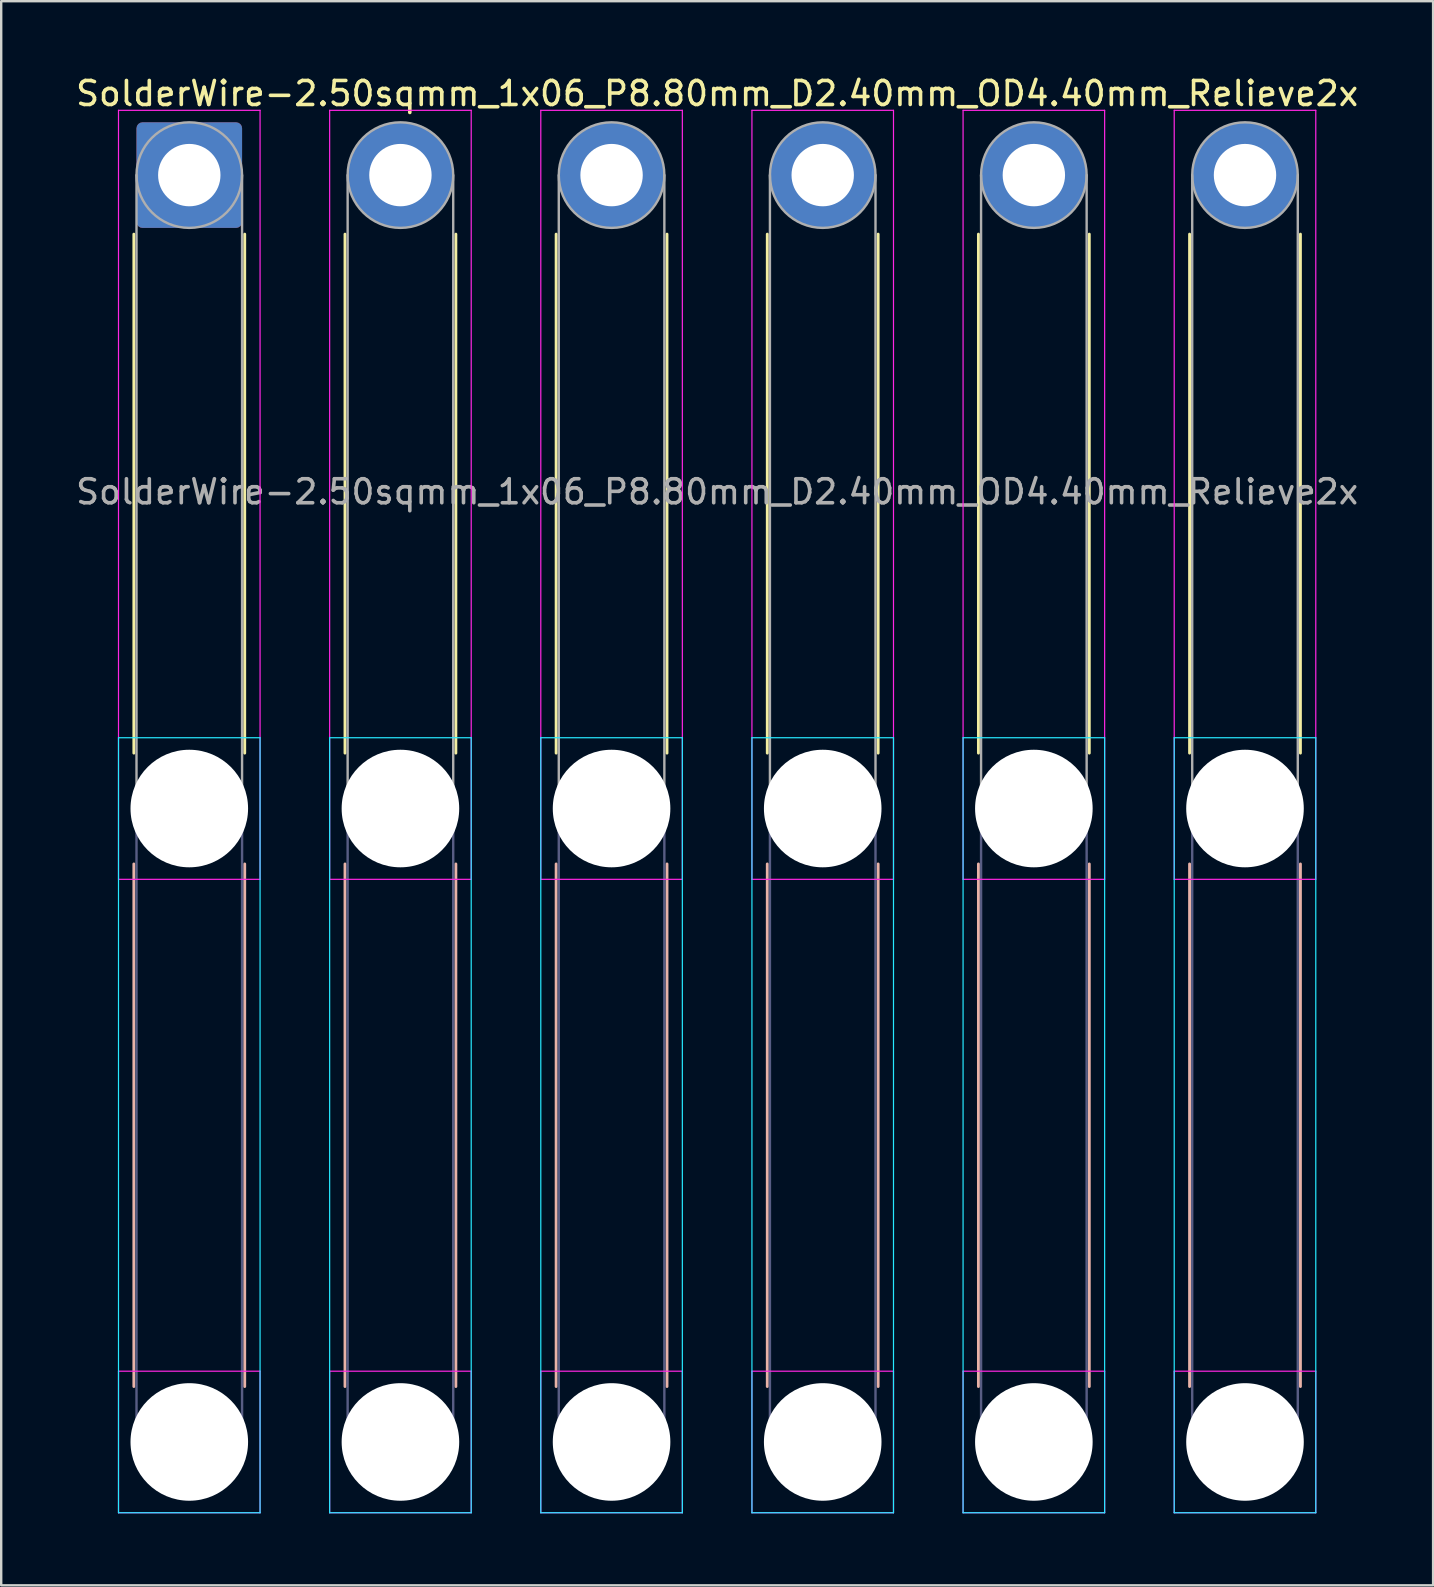
<source format=kicad_pcb>
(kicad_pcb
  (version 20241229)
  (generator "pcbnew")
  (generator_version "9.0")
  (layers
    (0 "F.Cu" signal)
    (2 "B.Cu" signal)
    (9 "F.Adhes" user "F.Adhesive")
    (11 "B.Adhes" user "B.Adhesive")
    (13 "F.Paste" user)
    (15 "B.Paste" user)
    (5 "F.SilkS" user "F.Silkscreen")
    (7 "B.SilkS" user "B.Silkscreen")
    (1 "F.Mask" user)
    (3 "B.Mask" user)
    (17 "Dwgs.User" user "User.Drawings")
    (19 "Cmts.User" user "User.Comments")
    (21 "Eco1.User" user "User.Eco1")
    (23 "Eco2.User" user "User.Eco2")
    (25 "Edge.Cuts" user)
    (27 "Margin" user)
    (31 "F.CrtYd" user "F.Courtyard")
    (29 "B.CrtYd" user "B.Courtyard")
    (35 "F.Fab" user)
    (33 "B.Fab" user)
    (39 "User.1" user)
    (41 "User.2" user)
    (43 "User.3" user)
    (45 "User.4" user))
  (footprint "SolderWire-2.50sqmm_1x06_P8.80mm_D2.40mm_OD4.40mm_Relieve2x"
    (layer "F.Cu")
    (at 4.839 4.248)
    (property "Reference" "SolderWire-2.50sqmm_1x06_P8.80mm_D2.40mm_OD4.40mm_Relieve2x" (at 22 -3.4 0) (layer "F.SilkS") (effects (font (size 1 1) (thickness 0.15))))
    (attr exclude_from_pos_files exclude_from_bom)
    (fp_line (start -2.31 2.46) (end -2.31 24.09) (stroke (width 0.12) (type solid)) (layer "F.SilkS"))
    (fp_line (start 2.31 2.46) (end 2.31 24.09) (stroke (width 0.12) (type solid)) (layer "F.SilkS"))
    (fp_line (start 6.49 2.46) (end 6.49 24.09) (stroke (width 0.12) (type solid)) (layer "F.SilkS"))
    (fp_line (start 11.11 2.46) (end 11.11 24.09) (stroke (width 0.12) (type solid)) (layer "F.SilkS"))
    (fp_line (start 15.29 2.46) (end 15.29 24.09) (stroke (width 0.12) (type solid)) (layer "F.SilkS"))
    (fp_line (start 19.91 2.46) (end 19.91 24.09) (stroke (width 0.12) (type solid)) (layer "F.SilkS"))
    (fp_line (start 24.09 2.46) (end 24.09 24.09) (stroke (width 0.12) (type solid)) (layer "F.SilkS"))
    (fp_line (start 28.71 2.46) (end 28.71 24.09) (stroke (width 0.12) (type solid)) (layer "F.SilkS"))
    (fp_line (start 32.89 2.46) (end 32.89 24.09) (stroke (width 0.12) (type solid)) (layer "F.SilkS"))
    (fp_line (start 37.51 2.46) (end 37.51 24.09) (stroke (width 0.12) (type solid)) (layer "F.SilkS"))
    (fp_line (start 41.69 2.46) (end 41.69 24.09) (stroke (width 0.12) (type solid)) (layer "F.SilkS"))
    (fp_line (start 46.31 2.46) (end 46.31 24.09) (stroke (width 0.12) (type solid)) (layer "F.SilkS"))
    (fp_line (start -2.31 28.71) (end -2.31 50.49) (stroke (width 0.12) (type solid)) (layer "B.SilkS"))
    (fp_line (start 2.31 28.71) (end 2.31 50.49) (stroke (width 0.12) (type solid)) (layer "B.SilkS"))
    (fp_line (start 6.49 28.71) (end 6.49 50.49) (stroke (width 0.12) (type solid)) (layer "B.SilkS"))
    (fp_line (start 11.11 28.71) (end 11.11 50.49) (stroke (width 0.12) (type solid)) (layer "B.SilkS"))
    (fp_line (start 15.29 28.71) (end 15.29 50.49) (stroke (width 0.12) (type solid)) (layer "B.SilkS"))
    (fp_line (start 19.91 28.71) (end 19.91 50.49) (stroke (width 0.12) (type solid)) (layer "B.SilkS"))
    (fp_line (start 24.09 28.71) (end 24.09 50.49) (stroke (width 0.12) (type solid)) (layer "B.SilkS"))
    (fp_line (start 28.71 28.71) (end 28.71 50.49) (stroke (width 0.12) (type solid)) (layer "B.SilkS"))
    (fp_line (start 32.89 28.71) (end 32.89 50.49) (stroke (width 0.12) (type solid)) (layer "B.SilkS"))
    (fp_line (start 37.51 28.71) (end 37.51 50.49) (stroke (width 0.12) (type solid)) (layer "B.SilkS"))
    (fp_line (start 41.69 28.71) (end 41.69 50.49) (stroke (width 0.12) (type solid)) (layer "B.SilkS"))
    (fp_line (start 46.31 28.71) (end 46.31 50.49) (stroke (width 0.12) (type solid)) (layer "B.SilkS"))
    (fp_line (start -2.95 23.45) (end -2.95 55.75) (stroke (width 0.05) (type solid)) (layer "B.CrtYd"))
    (fp_line (start -2.95 55.75) (end 2.95 55.75) (stroke (width 0.05) (type solid)) (layer "B.CrtYd"))
    (fp_line (start 2.95 23.45) (end -2.95 23.45) (stroke (width 0.05) (type solid)) (layer "B.CrtYd"))
    (fp_line (start 2.95 55.75) (end 2.95 23.45) (stroke (width 0.05) (type solid)) (layer "B.CrtYd"))
    (fp_line (start 5.85 23.45) (end 5.85 55.75) (stroke (width 0.05) (type solid)) (layer "B.CrtYd"))
    (fp_line (start 5.85 55.75) (end 11.75 55.75) (stroke (width 0.05) (type solid)) (layer "B.CrtYd"))
    (fp_line (start 11.75 23.45) (end 5.85 23.45) (stroke (width 0.05) (type solid)) (layer "B.CrtYd"))
    (fp_line (start 11.75 55.75) (end 11.75 23.45) (stroke (width 0.05) (type solid)) (layer "B.CrtYd"))
    (fp_line (start 14.65 23.45) (end 14.65 55.75) (stroke (width 0.05) (type solid)) (layer "B.CrtYd"))
    (fp_line (start 14.65 55.75) (end 20.55 55.75) (stroke (width 0.05) (type solid)) (layer "B.CrtYd"))
    (fp_line (start 20.55 23.45) (end 14.65 23.45) (stroke (width 0.05) (type solid)) (layer "B.CrtYd"))
    (fp_line (start 20.55 55.75) (end 20.55 23.45) (stroke (width 0.05) (type solid)) (layer "B.CrtYd"))
    (fp_line (start 23.45 23.45) (end 23.45 55.75) (stroke (width 0.05) (type solid)) (layer "B.CrtYd"))
    (fp_line (start 23.45 55.75) (end 29.35 55.75) (stroke (width 0.05) (type solid)) (layer "B.CrtYd"))
    (fp_line (start 29.35 23.45) (end 23.45 23.45) (stroke (width 0.05) (type solid)) (layer "B.CrtYd"))
    (fp_line (start 29.35 55.75) (end 29.35 23.45) (stroke (width 0.05) (type solid)) (layer "B.CrtYd"))
    (fp_line (start 32.25 23.45) (end 32.25 55.75) (stroke (width 0.05) (type solid)) (layer "B.CrtYd"))
    (fp_line (start 32.25 55.75) (end 38.15 55.75) (stroke (width 0.05) (type solid)) (layer "B.CrtYd"))
    (fp_line (start 38.15 23.45) (end 32.25 23.45) (stroke (width 0.05) (type solid)) (layer "B.CrtYd"))
    (fp_line (start 38.15 55.75) (end 38.15 23.45) (stroke (width 0.05) (type solid)) (layer "B.CrtYd"))
    (fp_line (start 41.05 23.45) (end 41.05 55.75) (stroke (width 0.05) (type solid)) (layer "B.CrtYd"))
    (fp_line (start 41.05 55.75) (end 46.95 55.75) (stroke (width 0.05) (type solid)) (layer "B.CrtYd"))
    (fp_line (start 46.95 23.45) (end 41.05 23.45) (stroke (width 0.05) (type solid)) (layer "B.CrtYd"))
    (fp_line (start 46.95 55.75) (end 46.95 23.45) (stroke (width 0.05) (type solid)) (layer "B.CrtYd"))
    (fp_line (start -2.95 -2.7) (end -2.95 29.35) (stroke (width 0.05) (type solid)) (layer "F.CrtYd"))
    (fp_line (start -2.95 29.35) (end 2.95 29.35) (stroke (width 0.05) (type solid)) (layer "F.CrtYd"))
    (fp_line (start -2.95 49.85) (end -2.95 55.75) (stroke (width 0.05) (type solid)) (layer "F.CrtYd"))
    (fp_line (start -2.95 55.75) (end 2.95 55.75) (stroke (width 0.05) (type solid)) (layer "F.CrtYd"))
    (fp_line (start 2.95 -2.7) (end -2.95 -2.7) (stroke (width 0.05) (type solid)) (layer "F.CrtYd"))
    (fp_line (start 2.95 29.35) (end 2.95 -2.7) (stroke (width 0.05) (type solid)) (layer "F.CrtYd"))
    (fp_line (start 2.95 49.85) (end -2.95 49.85) (stroke (width 0.05) (type solid)) (layer "F.CrtYd"))
    (fp_line (start 2.95 55.75) (end 2.95 49.85) (stroke (width 0.05) (type solid)) (layer "F.CrtYd"))
    (fp_line (start 5.85 -2.7) (end 5.85 29.35) (stroke (width 0.05) (type solid)) (layer "F.CrtYd"))
    (fp_line (start 5.85 29.35) (end 11.75 29.35) (stroke (width 0.05) (type solid)) (layer "F.CrtYd"))
    (fp_line (start 5.85 49.85) (end 5.85 55.75) (stroke (width 0.05) (type solid)) (layer "F.CrtYd"))
    (fp_line (start 5.85 55.75) (end 11.75 55.75) (stroke (width 0.05) (type solid)) (layer "F.CrtYd"))
    (fp_line (start 11.75 -2.7) (end 5.85 -2.7) (stroke (width 0.05) (type solid)) (layer "F.CrtYd"))
    (fp_line (start 11.75 29.35) (end 11.75 -2.7) (stroke (width 0.05) (type solid)) (layer "F.CrtYd"))
    (fp_line (start 11.75 49.85) (end 5.85 49.85) (stroke (width 0.05) (type solid)) (layer "F.CrtYd"))
    (fp_line (start 11.75 55.75) (end 11.75 49.85) (stroke (width 0.05) (type solid)) (layer "F.CrtYd"))
    (fp_line (start 14.65 -2.7) (end 14.65 29.35) (stroke (width 0.05) (type solid)) (layer "F.CrtYd"))
    (fp_line (start 14.65 29.35) (end 20.55 29.35) (stroke (width 0.05) (type solid)) (layer "F.CrtYd"))
    (fp_line (start 14.65 49.85) (end 14.65 55.75) (stroke (width 0.05) (type solid)) (layer "F.CrtYd"))
    (fp_line (start 14.65 55.75) (end 20.55 55.75) (stroke (width 0.05) (type solid)) (layer "F.CrtYd"))
    (fp_line (start 20.55 -2.7) (end 14.65 -2.7) (stroke (width 0.05) (type solid)) (layer "F.CrtYd"))
    (fp_line (start 20.55 29.35) (end 20.55 -2.7) (stroke (width 0.05) (type solid)) (layer "F.CrtYd"))
    (fp_line (start 20.55 49.85) (end 14.65 49.85) (stroke (width 0.05) (type solid)) (layer "F.CrtYd"))
    (fp_line (start 20.55 55.75) (end 20.55 49.85) (stroke (width 0.05) (type solid)) (layer "F.CrtYd"))
    (fp_line (start 23.45 -2.7) (end 23.45 29.35) (stroke (width 0.05) (type solid)) (layer "F.CrtYd"))
    (fp_line (start 23.45 29.35) (end 29.35 29.35) (stroke (width 0.05) (type solid)) (layer "F.CrtYd"))
    (fp_line (start 23.45 49.85) (end 23.45 55.75) (stroke (width 0.05) (type solid)) (layer "F.CrtYd"))
    (fp_line (start 23.45 55.75) (end 29.35 55.75) (stroke (width 0.05) (type solid)) (layer "F.CrtYd"))
    (fp_line (start 29.35 -2.7) (end 23.45 -2.7) (stroke (width 0.05) (type solid)) (layer "F.CrtYd"))
    (fp_line (start 29.35 29.35) (end 29.35 -2.7) (stroke (width 0.05) (type solid)) (layer "F.CrtYd"))
    (fp_line (start 29.35 49.85) (end 23.45 49.85) (stroke (width 0.05) (type solid)) (layer "F.CrtYd"))
    (fp_line (start 29.35 55.75) (end 29.35 49.85) (stroke (width 0.05) (type solid)) (layer "F.CrtYd"))
    (fp_line (start 32.25 -2.7) (end 32.25 29.35) (stroke (width 0.05) (type solid)) (layer "F.CrtYd"))
    (fp_line (start 32.25 29.35) (end 38.15 29.35) (stroke (width 0.05) (type solid)) (layer "F.CrtYd"))
    (fp_line (start 32.25 49.85) (end 32.25 55.75) (stroke (width 0.05) (type solid)) (layer "F.CrtYd"))
    (fp_line (start 32.25 55.75) (end 38.15 55.75) (stroke (width 0.05) (type solid)) (layer "F.CrtYd"))
    (fp_line (start 38.15 -2.7) (end 32.25 -2.7) (stroke (width 0.05) (type solid)) (layer "F.CrtYd"))
    (fp_line (start 38.15 29.35) (end 38.15 -2.7) (stroke (width 0.05) (type solid)) (layer "F.CrtYd"))
    (fp_line (start 38.15 49.85) (end 32.25 49.85) (stroke (width 0.05) (type solid)) (layer "F.CrtYd"))
    (fp_line (start 38.15 55.75) (end 38.15 49.85) (stroke (width 0.05) (type solid)) (layer "F.CrtYd"))
    (fp_line (start 41.05 -2.7) (end 41.05 29.35) (stroke (width 0.05) (type solid)) (layer "F.CrtYd"))
    (fp_line (start 41.05 29.35) (end 46.95 29.35) (stroke (width 0.05) (type solid)) (layer "F.CrtYd"))
    (fp_line (start 41.05 49.85) (end 41.05 55.75) (stroke (width 0.05) (type solid)) (layer "F.CrtYd"))
    (fp_line (start 41.05 55.75) (end 46.95 55.75) (stroke (width 0.05) (type solid)) (layer "F.CrtYd"))
    (fp_line (start 46.95 -2.7) (end 41.05 -2.7) (stroke (width 0.05) (type solid)) (layer "F.CrtYd"))
    (fp_line (start 46.95 29.35) (end 46.95 -2.7) (stroke (width 0.05) (type solid)) (layer "F.CrtYd"))
    (fp_line (start 46.95 49.85) (end 41.05 49.85) (stroke (width 0.05) (type solid)) (layer "F.CrtYd"))
    (fp_line (start 46.95 55.75) (end 46.95 49.85) (stroke (width 0.05) (type solid)) (layer "F.CrtYd"))
    (fp_line (start -2.2 26.4) (end -2.2 52.8) (stroke (width 0.1) (type solid)) (layer "B.Fab"))
    (fp_line (start 2.2 26.4) (end 2.2 52.8) (stroke (width 0.1) (type solid)) (layer "B.Fab"))
    (fp_line (start 6.6 26.4) (end 6.6 52.8) (stroke (width 0.1) (type solid)) (layer "B.Fab"))
    (fp_line (start 11 26.4) (end 11 52.8) (stroke (width 0.1) (type solid)) (layer "B.Fab"))
    (fp_line (start 15.4 26.4) (end 15.4 52.8) (stroke (width 0.1) (type solid)) (layer "B.Fab"))
    (fp_line (start 19.8 26.4) (end 19.8 52.8) (stroke (width 0.1) (type solid)) (layer "B.Fab"))
    (fp_line (start 24.2 26.4) (end 24.2 52.8) (stroke (width 0.1) (type solid)) (layer "B.Fab"))
    (fp_line (start 28.6 26.4) (end 28.6 52.8) (stroke (width 0.1) (type solid)) (layer "B.Fab"))
    (fp_line (start 33 26.4) (end 33 52.8) (stroke (width 0.1) (type solid)) (layer "B.Fab"))
    (fp_line (start 37.4 26.4) (end 37.4 52.8) (stroke (width 0.1) (type solid)) (layer "B.Fab"))
    (fp_line (start 41.8 26.4) (end 41.8 52.8) (stroke (width 0.1) (type solid)) (layer "B.Fab"))
    (fp_line (start 46.2 26.4) (end 46.2 52.8) (stroke (width 0.1) (type solid)) (layer "B.Fab"))
    (fp_circle (center 0 26.4) (end 2.2 26.4) (stroke (width 0.1) (type solid)) (fill no) (layer "B.Fab"))
    (fp_circle (center 0 52.8) (end 2.2 52.8) (stroke (width 0.1) (type solid)) (fill no) (layer "B.Fab"))
    (fp_circle (center 8.8 26.4) (end 11 26.4) (stroke (width 0.1) (type solid)) (fill no) (layer "B.Fab"))
    (fp_circle (center 8.8 52.8) (end 11 52.8) (stroke (width 0.1) (type solid)) (fill no) (layer "B.Fab"))
    (fp_circle (center 17.6 26.4) (end 19.8 26.4) (stroke (width 0.1) (type solid)) (fill no) (layer "B.Fab"))
    (fp_circle (center 17.6 52.8) (end 19.8 52.8) (stroke (width 0.1) (type solid)) (fill no) (layer "B.Fab"))
    (fp_circle (center 26.4 26.4) (end 28.6 26.4) (stroke (width 0.1) (type solid)) (fill no) (layer "B.Fab"))
    (fp_circle (center 26.4 52.8) (end 28.6 52.8) (stroke (width 0.1) (type solid)) (fill no) (layer "B.Fab"))
    (fp_circle (center 35.2 26.4) (end 37.4 26.4) (stroke (width 0.1) (type solid)) (fill no) (layer "B.Fab"))
    (fp_circle (center 35.2 52.8) (end 37.4 52.8) (stroke (width 0.1) (type solid)) (fill no) (layer "B.Fab"))
    (fp_circle (center 44 26.4) (end 46.2 26.4) (stroke (width 0.1) (type solid)) (fill no) (layer "B.Fab"))
    (fp_circle (center 44 52.8) (end 46.2 52.8) (stroke (width 0.1) (type solid)) (fill no) (layer "B.Fab"))
    (fp_line (start -2.2 0) (end -2.2 26.4) (stroke (width 0.1) (type solid)) (layer "F.Fab"))
    (fp_line (start 2.2 0) (end 2.2 26.4) (stroke (width 0.1) (type solid)) (layer "F.Fab"))
    (fp_line (start 6.6 0) (end 6.6 26.4) (stroke (width 0.1) (type solid)) (layer "F.Fab"))
    (fp_line (start 11 0) (end 11 26.4) (stroke (width 0.1) (type solid)) (layer "F.Fab"))
    (fp_line (start 15.4 0) (end 15.4 26.4) (stroke (width 0.1) (type solid)) (layer "F.Fab"))
    (fp_line (start 19.8 0) (end 19.8 26.4) (stroke (width 0.1) (type solid)) (layer "F.Fab"))
    (fp_line (start 24.2 0) (end 24.2 26.4) (stroke (width 0.1) (type solid)) (layer "F.Fab"))
    (fp_line (start 28.6 0) (end 28.6 26.4) (stroke (width 0.1) (type solid)) (layer "F.Fab"))
    (fp_line (start 33 0) (end 33 26.4) (stroke (width 0.1) (type solid)) (layer "F.Fab"))
    (fp_line (start 37.4 0) (end 37.4 26.4) (stroke (width 0.1) (type solid)) (layer "F.Fab"))
    (fp_line (start 41.8 0) (end 41.8 26.4) (stroke (width 0.1) (type solid)) (layer "F.Fab"))
    (fp_line (start 46.2 0) (end 46.2 26.4) (stroke (width 0.1) (type solid)) (layer "F.Fab"))
    (fp_circle (center 0 0) (end 2.2 0) (stroke (width 0.1) (type solid)) (fill no) (layer "F.Fab"))
    (fp_circle (center 0 26.4) (end 2.2 26.4) (stroke (width 0.1) (type solid)) (fill no) (layer "F.Fab"))
    (fp_circle (center 0 52.8) (end 2.2 52.8) (stroke (width 0.1) (type solid)) (fill no) (layer "F.Fab"))
    (fp_circle (center 8.8 0) (end 11 0) (stroke (width 0.1) (type solid)) (fill no) (layer "F.Fab"))
    (fp_circle (center 8.8 26.4) (end 11 26.4) (stroke (width 0.1) (type solid)) (fill no) (layer "F.Fab"))
    (fp_circle (center 8.8 52.8) (end 11 52.8) (stroke (width 0.1) (type solid)) (fill no) (layer "F.Fab"))
    (fp_circle (center 17.6 0) (end 19.8 0) (stroke (width 0.1) (type solid)) (fill no) (layer "F.Fab"))
    (fp_circle (center 17.6 26.4) (end 19.8 26.4) (stroke (width 0.1) (type solid)) (fill no) (layer "F.Fab"))
    (fp_circle (center 17.6 52.8) (end 19.8 52.8) (stroke (width 0.1) (type solid)) (fill no) (layer "F.Fab"))
    (fp_circle (center 26.4 0) (end 28.6 0) (stroke (width 0.1) (type solid)) (fill no) (layer "F.Fab"))
    (fp_circle (center 26.4 26.4) (end 28.6 26.4) (stroke (width 0.1) (type solid)) (fill no) (layer "F.Fab"))
    (fp_circle (center 26.4 52.8) (end 28.6 52.8) (stroke (width 0.1) (type solid)) (fill no) (layer "F.Fab"))
    (fp_circle (center 35.2 0) (end 37.4 0) (stroke (width 0.1) (type solid)) (fill no) (layer "F.Fab"))
    (fp_circle (center 35.2 26.4) (end 37.4 26.4) (stroke (width 0.1) (type solid)) (fill no) (layer "F.Fab"))
    (fp_circle (center 35.2 52.8) (end 37.4 52.8) (stroke (width 0.1) (type solid)) (fill no) (layer "F.Fab"))
    (fp_circle (center 44 0) (end 46.2 0) (stroke (width 0.1) (type solid)) (fill no) (layer "F.Fab"))
    (fp_circle (center 44 26.4) (end 46.2 26.4) (stroke (width 0.1) (type solid)) (fill no) (layer "F.Fab"))
    (fp_circle (center 44 52.8) (end 46.2 52.8) (stroke (width 0.1) (type solid)) (fill no) (layer "F.Fab"))
    (fp_text user "${REFERENCE}" (at 22 13.2 0) (layer "F.Fab") (effects (font (size 1 1) (thickness 0.15))))
    (pad "" np_thru_hole circle (at 0 26.4) (size 4.9 4.9) (drill 4.9) (layers "*.Cu" "*.Mask"))
    (pad "" np_thru_hole circle (at 0 52.8) (size 4.9 4.9) (drill 4.9) (layers "*.Cu" "*.Mask"))
    (pad "" np_thru_hole circle (at 8.8 26.4) (size 4.9 4.9) (drill 4.9) (layers "*.Cu" "*.Mask"))
    (pad "" np_thru_hole circle (at 8.8 52.8) (size 4.9 4.9) (drill 4.9) (layers "*.Cu" "*.Mask"))
    (pad "" np_thru_hole circle (at 17.6 26.4) (size 4.9 4.9) (drill 4.9) (layers "*.Cu" "*.Mask"))
    (pad "" np_thru_hole circle (at 17.6 52.8) (size 4.9 4.9) (drill 4.9) (layers "*.Cu" "*.Mask"))
    (pad "" np_thru_hole circle (at 26.4 26.4) (size 4.9 4.9) (drill 4.9) (layers "*.Cu" "*.Mask"))
    (pad "" np_thru_hole circle (at 26.4 52.8) (size 4.9 4.9) (drill 4.9) (layers "*.Cu" "*.Mask"))
    (pad "" np_thru_hole circle (at 35.2 26.4) (size 4.9 4.9) (drill 4.9) (layers "*.Cu" "*.Mask"))
    (pad "" np_thru_hole circle (at 35.2 52.8) (size 4.9 4.9) (drill 4.9) (layers "*.Cu" "*.Mask"))
    (pad "" np_thru_hole circle (at 44 26.4) (size 4.9 4.9) (drill 4.9) (layers "*.Cu" "*.Mask"))
    (pad "" np_thru_hole circle (at 44 52.8) (size 4.9 4.9) (drill 4.9) (layers "*.Cu" "*.Mask"))
    (pad "1" thru_hole roundrect (at 0 0) (size 4.4 4.4) (drill 2.6) (layers "*.Cu" "*.Mask") (roundrect_rratio 0.057))
    (pad "2" thru_hole circle (at 8.8 0) (size 4.4 4.4) (drill 2.6) (layers "*.Cu" "*.Mask"))
    (pad "3" thru_hole circle (at 17.6 0) (size 4.4 4.4) (drill 2.6) (layers "*.Cu" "*.Mask"))
    (pad "4" thru_hole circle (at 26.4 0) (size 4.4 4.4) (drill 2.6) (layers "*.Cu" "*.Mask"))
    (pad "5" thru_hole circle (at 35.2 0) (size 4.4 4.4) (drill 2.6) (layers "*.Cu" "*.Mask"))
    (pad "6" thru_hole circle (at 44 0) (size 4.4 4.4) (drill 2.6) (layers "*.Cu" "*.Mask")))
  (gr_rect
    (start -3 -3)
    (end 56.679 63.023)
    (stroke (width 0.1) (type default))
    (fill no)
    (layer "Edge.Cuts")))
</source>
